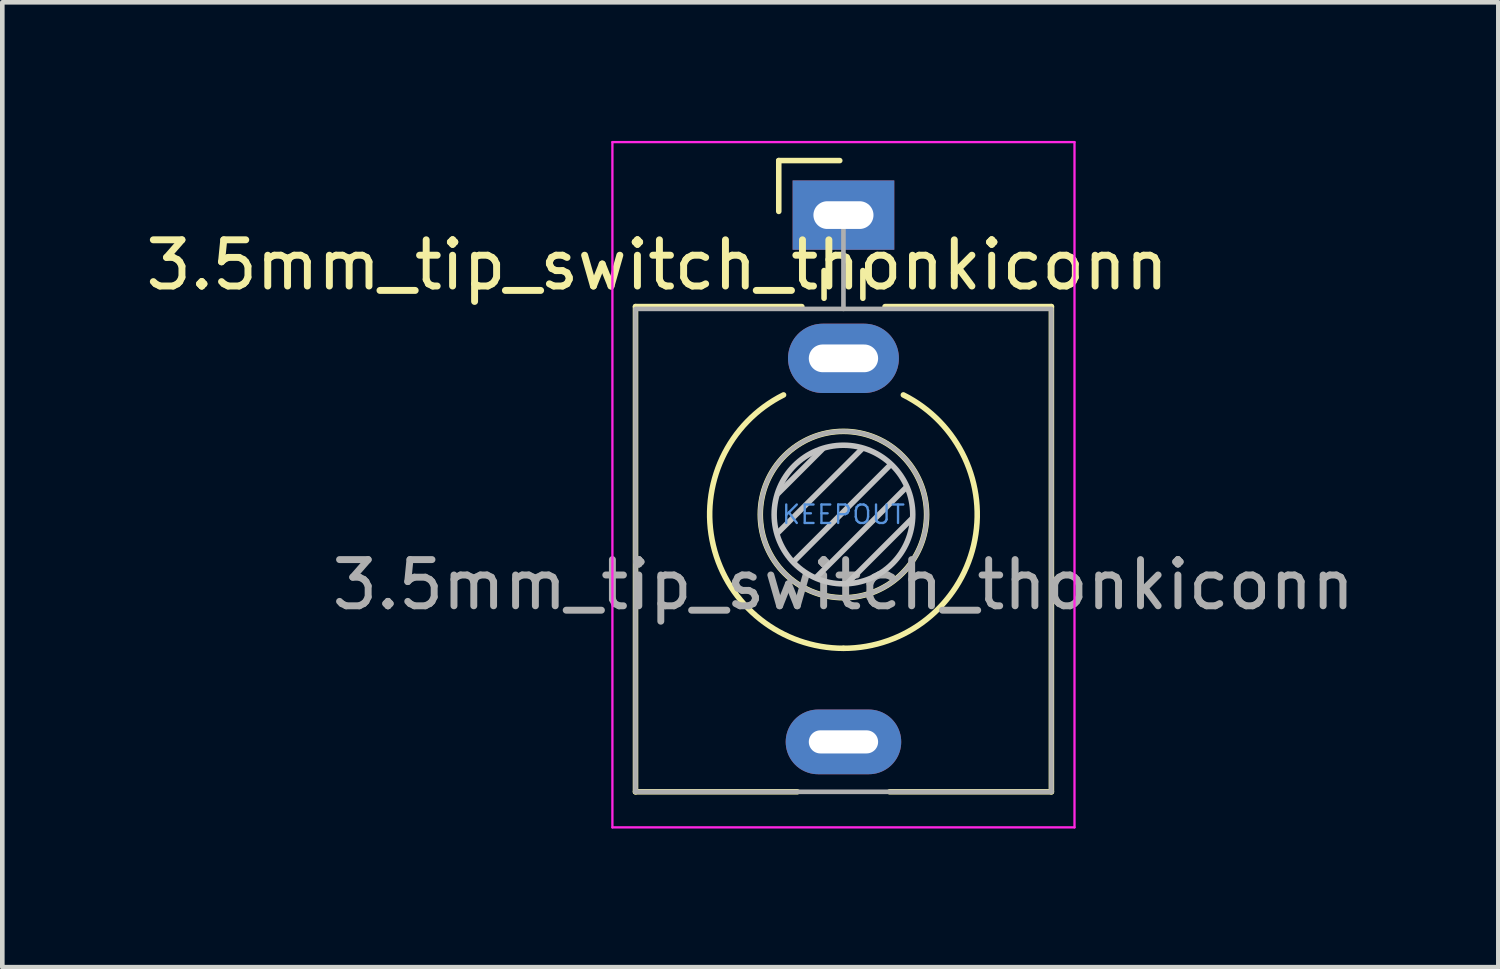
<source format=kicad_pcb>
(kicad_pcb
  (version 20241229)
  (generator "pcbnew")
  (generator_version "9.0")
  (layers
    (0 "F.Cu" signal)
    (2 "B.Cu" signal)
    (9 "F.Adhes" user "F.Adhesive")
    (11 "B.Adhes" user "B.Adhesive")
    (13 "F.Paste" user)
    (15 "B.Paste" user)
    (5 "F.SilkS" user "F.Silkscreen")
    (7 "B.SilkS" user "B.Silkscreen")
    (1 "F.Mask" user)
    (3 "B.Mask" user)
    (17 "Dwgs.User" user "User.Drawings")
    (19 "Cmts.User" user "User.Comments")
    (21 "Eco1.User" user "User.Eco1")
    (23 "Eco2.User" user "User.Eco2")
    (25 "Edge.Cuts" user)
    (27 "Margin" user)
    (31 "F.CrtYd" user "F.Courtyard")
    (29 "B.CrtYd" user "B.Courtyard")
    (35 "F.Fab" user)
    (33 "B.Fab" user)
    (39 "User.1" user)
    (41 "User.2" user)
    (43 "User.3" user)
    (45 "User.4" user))
  (footprint "3.5mm_tip_switch_thonkiconn"
    (layer "F.Cu")
    (at 15.203 1.605)
    (property "Reference" "3.5mm_tip_switch_thonkiconn" (at -4.03 1.08 180) (layer "F.SilkS") (effects (font (size 1 1) (thickness 0.15))))
    (attr through_hole)
    (fp_line (start -4.5 1.98) (end -4.5 12.48) (stroke (width 0.12) (type solid)) (layer "F.SilkS"))
    (fp_line (start -1.4 -1.18) (end -1.4 -0.08) (stroke (width 0.12) (type solid)) (layer "F.SilkS"))
    (fp_line (start -1.4 -1.18) (end -0.08 -1.18) (stroke (width 0.12) (type solid)) (layer "F.SilkS"))
    (fp_line (start -1 12.48) (end -4.5 12.48) (stroke (width 0.12) (type solid)) (layer "F.SilkS"))
    (fp_line (start -0.9 1.98) (end -4.5 1.98) (stroke (width 0.12) (type solid)) (layer "F.SilkS"))
    (fp_line (start -0.42 1.2) (end -0.42 1.8) (stroke (width 0.12) (type solid)) (layer "F.SilkS"))
    (fp_line (start 0.42 1.2) (end 0.42 1.8) (stroke (width 0.12) (type solid)) (layer "F.SilkS"))
    (fp_line (start 4.5 1.98) (end 0.9 1.98) (stroke (width 0.12) (type solid)) (layer "F.SilkS"))
    (fp_line (start 4.5 1.98) (end 4.5 12.48) (stroke (width 0.12) (type solid)) (layer "F.SilkS"))
    (fp_line (start 4.5 12.48) (end 1 12.48) (stroke (width 0.12) (type solid)) (layer "F.SilkS"))
    (fp_arc (start 0 9.375) (mid -2.817353 7.145994) (end -1.296263 3.891423) (stroke (width 0.12) (type solid)) (layer "F.SilkS"))
    (fp_arc (start 1.296263 3.891423) (mid 2.817353 7.145994) (end 0 9.375) (stroke (width 0.12) (type solid)) (layer "F.SilkS"))
    (fp_circle (center 0 6.48) (end 1.8 6.48) (stroke (width 0.12) (type solid)) (fill no) (layer "F.SilkS"))
    (fp_line (start -1.42 6.875) (end 0.4 5.06) (stroke (width 0.12) (type solid)) (layer "Dwgs.User"))
    (fp_line (start -1.41 6.02) (end -0.46 5.07) (stroke (width 0.12) (type solid)) (layer "Dwgs.User"))
    (fp_line (start -1.07 7.49) (end 1.01 5.41) (stroke (width 0.12) (type solid)) (layer "Dwgs.User"))
    (fp_line (start -0.58 7.83) (end 1.36 5.89) (stroke (width 0.12) (type solid)) (layer "Dwgs.User"))
    (fp_line (start 0.09 7.96) (end 1.48 6.57) (stroke (width 0.12) (type solid)) (layer "Dwgs.User"))
    (fp_circle (center 0 6.48) (end 1.5 6.48) (stroke (width 0.12) (type solid)) (fill no) (layer "Dwgs.User"))
    (fp_line (start -5 13.25) (end -5 -1.58) (stroke (width 0.05) (type solid)) (layer "F.CrtYd"))
    (fp_line (start 5 -1.58) (end -5 -1.58) (stroke (width 0.05) (type solid)) (layer "F.CrtYd"))
    (fp_line (start 5 13.25) (end -5 13.25) (stroke (width 0.05) (type solid)) (layer "F.CrtYd"))
    (fp_line (start 5 13.25) (end 5 -1.58) (stroke (width 0.05) (type solid)) (layer "F.CrtYd"))
    (fp_line (start -4.5 12.48) (end -4.5 2.08) (stroke (width 0.1) (type solid)) (layer "F.Fab"))
    (fp_line (start 0 0) (end 0 2.03) (stroke (width 0.1) (type solid)) (layer "F.Fab"))
    (fp_line (start 4.5 2.03) (end -4.5 2.03) (stroke (width 0.1) (type solid)) (layer "F.Fab"))
    (fp_line (start 4.5 12.48) (end -4.5 12.48) (stroke (width 0.1) (type solid)) (layer "F.Fab"))
    (fp_line (start 4.5 12.48) (end 4.5 2.08) (stroke (width 0.1) (type solid)) (layer "F.Fab"))
    (fp_circle (center 0 6.48) (end 1.8 6.48) (stroke (width 0.1) (type solid)) (fill no) (layer "F.Fab"))
    (fp_text user "KEEPOUT" (at 0 6.48 0) (layer "Cmts.User") (effects (font (size 0.4 0.4) (thickness 0.051))))
    (fp_text user "${REFERENCE}" (at 0 8 180) (layer "F.Fab") (effects (font (size 1 1) (thickness 0.15))))
    (pad "S" thru_hole rect (at 0 0 180) (size 2.2 1.5) (drill oval 1.3 0.6) (layers "*.Cu" "*.Mask"))
    (pad "T" thru_hole oval (at 0 11.4 180) (size 2.5 1.4) (drill oval 1.5 0.5) (layers "*.Cu" "*.Mask"))
    (pad "TN" thru_hole oval (at 0 3.1 180) (size 2.4 1.5) (drill oval 1.5 0.6) (layers "*.Cu" "*.Mask")))
  (gr_rect
    (start -3 -3)
    (end 29.375 17.88)
    (stroke (width 0.1) (type default))
    (fill no)
    (layer "Edge.Cuts")))
</source>
